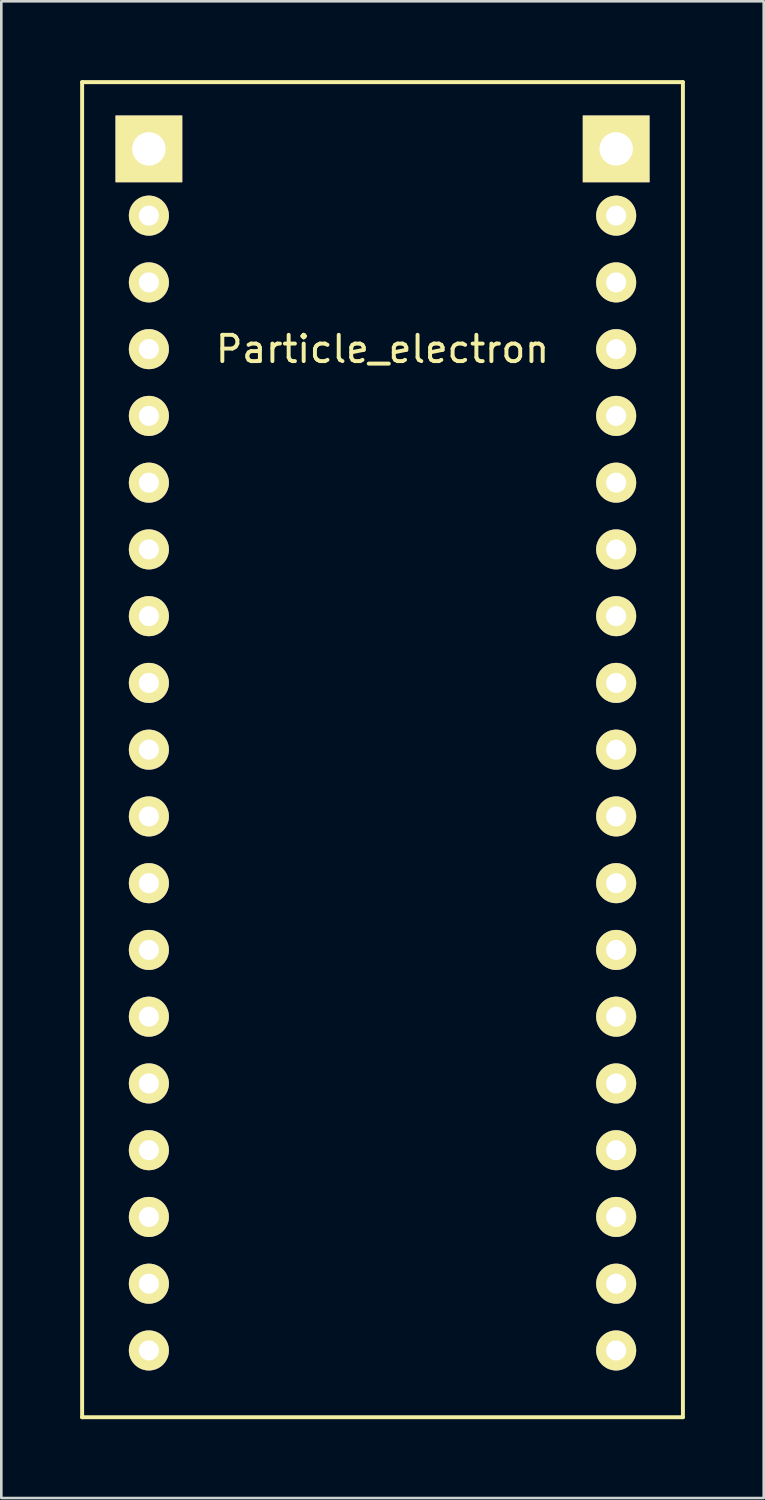
<source format=kicad_pcb>
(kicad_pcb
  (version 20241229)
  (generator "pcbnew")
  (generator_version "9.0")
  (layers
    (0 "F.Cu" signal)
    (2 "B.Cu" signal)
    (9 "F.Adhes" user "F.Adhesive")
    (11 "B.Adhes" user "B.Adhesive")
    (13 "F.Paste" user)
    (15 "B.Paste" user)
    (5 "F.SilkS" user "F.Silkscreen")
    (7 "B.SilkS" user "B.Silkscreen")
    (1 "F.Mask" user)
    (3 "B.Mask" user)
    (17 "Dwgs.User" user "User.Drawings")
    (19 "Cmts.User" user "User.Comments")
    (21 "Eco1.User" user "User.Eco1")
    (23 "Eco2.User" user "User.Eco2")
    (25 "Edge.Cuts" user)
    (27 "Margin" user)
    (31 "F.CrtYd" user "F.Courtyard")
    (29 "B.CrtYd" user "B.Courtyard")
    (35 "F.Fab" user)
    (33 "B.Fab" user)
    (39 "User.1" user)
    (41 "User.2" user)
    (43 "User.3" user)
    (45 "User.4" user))
  (footprint "Particle_electron"
    (layer "F.Cu")
    (at 11.505 25.475)
    (property "Reference" "Particle_electron" (at 0 -15.24 0) (layer "F.SilkS") (effects (font (size 1 1) (thickness 0.15))))
    (attr through_hole)
    (fp_line (start -11.43 -25.4) (end 11.43 -25.4) (stroke (width 0.15) (type solid)) (layer "F.SilkS"))
    (fp_line (start -11.43 25.4) (end -11.43 -25.4) (stroke (width 0.15) (type solid)) (layer "F.SilkS"))
    (fp_line (start 11.43 -25.4) (end 11.43 25.4) (stroke (width 0.15) (type solid)) (layer "F.SilkS"))
    (fp_line (start 11.43 25.4) (end -11.43 25.4) (stroke (width 0.15) (type solid)) (layer "F.SilkS"))
    (pad "1" thru_hole circle (at -8.89 -20.32) (size 1.524 1.524) (drill 0.762) (layers "*.Cu" "*.Mask" "F.SilkS"))
    (pad "2" thru_hole circle (at -8.89 -17.78) (size 1.524 1.524) (drill 0.762) (layers "*.Cu" "*.Mask" "F.SilkS"))
    (pad "3" thru_hole circle (at -8.89 -15.24) (size 1.524 1.524) (drill 0.762) (layers "*.Cu" "*.Mask" "F.SilkS"))
    (pad "4" thru_hole circle (at -8.89 -12.7) (size 1.524 1.524) (drill 0.762) (layers "*.Cu" "*.Mask" "F.SilkS"))
    (pad "5" thru_hole circle (at -8.89 -10.16) (size 1.524 1.524) (drill 0.762) (layers "*.Cu" "*.Mask" "F.SilkS"))
    (pad "6" thru_hole circle (at -8.89 -7.62) (size 1.524 1.524) (drill 0.762) (layers "*.Cu" "*.Mask" "F.SilkS"))
    (pad "7" thru_hole circle (at -8.89 -5.08) (size 1.524 1.524) (drill 0.762) (layers "*.Cu" "*.Mask" "F.SilkS"))
    (pad "8" thru_hole circle (at -8.89 -2.54) (size 1.524 1.524) (drill 0.762) (layers "*.Cu" "*.Mask" "F.SilkS"))
    (pad "9" thru_hole circle (at -8.89 0) (size 1.524 1.524) (drill 0.762) (layers "*.Cu" "*.Mask" "F.SilkS"))
    (pad "10" thru_hole circle (at -8.89 2.54) (size 1.524 1.524) (drill 0.762) (layers "*.Cu" "*.Mask" "F.SilkS"))
    (pad "11" thru_hole circle (at -8.89 5.08) (size 1.524 1.524) (drill 0.762) (layers "*.Cu" "*.Mask" "F.SilkS"))
    (pad "12" thru_hole circle (at -8.89 7.62) (size 1.524 1.524) (drill 0.762) (layers "*.Cu" "*.Mask" "F.SilkS"))
    (pad "13" thru_hole circle (at -8.89 10.16) (size 1.524 1.524) (drill 0.762) (layers "*.Cu" "*.Mask" "F.SilkS"))
    (pad "14" thru_hole circle (at -8.89 12.7) (size 1.524 1.524) (drill 0.762) (layers "*.Cu" "*.Mask" "F.SilkS"))
    (pad "15" thru_hole circle (at -8.89 15.24) (size 1.524 1.524) (drill 0.762) (layers "*.Cu" "*.Mask" "F.SilkS"))
    (pad "16" thru_hole circle (at -8.89 17.78) (size 1.524 1.524) (drill 0.762) (layers "*.Cu" "*.Mask" "F.SilkS"))
    (pad "17" thru_hole circle (at -8.89 20.32) (size 1.524 1.524) (drill 0.762) (layers "*.Cu" "*.Mask" "F.SilkS"))
    (pad "18" thru_hole circle (at -8.89 22.86) (size 1.524 1.524) (drill 0.762) (layers "*.Cu" "*.Mask" "F.SilkS"))
    (pad "19" thru_hole circle (at 8.89 22.86) (size 1.524 1.524) (drill 0.762) (layers "*.Cu" "*.Mask" "F.SilkS"))
    (pad "20" thru_hole circle (at 8.89 20.32) (size 1.524 1.524) (drill 0.762) (layers "*.Cu" "*.Mask" "F.SilkS"))
    (pad "21" thru_hole circle (at 8.89 17.78) (size 1.524 1.524) (drill 0.762) (layers "*.Cu" "*.Mask" "F.SilkS"))
    (pad "22" thru_hole circle (at 8.89 15.24) (size 1.524 1.524) (drill 0.762) (layers "*.Cu" "*.Mask" "F.SilkS"))
    (pad "23" thru_hole circle (at 8.89 12.7) (size 1.524 1.524) (drill 0.762) (layers "*.Cu" "*.Mask" "F.SilkS"))
    (pad "24" thru_hole circle (at 8.89 10.16) (size 1.524 1.524) (drill 0.762) (layers "*.Cu" "*.Mask" "F.SilkS"))
    (pad "25" thru_hole circle (at 8.89 7.62) (size 1.524 1.524) (drill 0.762) (layers "*.Cu" "*.Mask" "F.SilkS"))
    (pad "26" thru_hole circle (at 8.89 5.08) (size 1.524 1.524) (drill 0.762) (layers "*.Cu" "*.Mask" "F.SilkS"))
    (pad "27" thru_hole circle (at 8.89 2.54) (size 1.524 1.524) (drill 0.762) (layers "*.Cu" "*.Mask" "F.SilkS"))
    (pad "28" thru_hole circle (at 8.89 0) (size 1.524 1.524) (drill 0.762) (layers "*.Cu" "*.Mask" "F.SilkS"))
    (pad "29" thru_hole circle (at 8.89 -2.54) (size 1.524 1.524) (drill 0.762) (layers "*.Cu" "*.Mask" "F.SilkS"))
    (pad "30" thru_hole circle (at 8.89 -5.08) (size 1.524 1.524) (drill 0.762) (layers "*.Cu" "*.Mask" "F.SilkS"))
    (pad "31" thru_hole circle (at 8.89 -7.62) (size 1.524 1.524) (drill 0.762) (layers "*.Cu" "*.Mask" "F.SilkS"))
    (pad "32" thru_hole circle (at 8.89 -10.16) (size 1.524 1.524) (drill 0.762) (layers "*.Cu" "*.Mask" "F.SilkS"))
    (pad "33" thru_hole circle (at 8.89 -12.7) (size 1.524 1.524) (drill 0.762) (layers "*.Cu" "*.Mask" "F.SilkS"))
    (pad "34" thru_hole circle (at 8.89 -15.24) (size 1.524 1.524) (drill 0.762) (layers "*.Cu" "*.Mask" "F.SilkS"))
    (pad "35" thru_hole circle (at 8.89 -17.78) (size 1.524 1.524) (drill 0.762) (layers "*.Cu" "*.Mask" "F.SilkS"))
    (pad "36" thru_hole circle (at 8.89 -20.32) (size 1.524 1.524) (drill 0.762) (layers "*.Cu" "*.Mask" "F.SilkS"))
    (pad "37" thru_hole rect (at 8.89 -22.86) (size 2.54 2.54) (drill 1.27) (layers "*.Cu" "*.Mask" "F.SilkS"))
    (pad "38" thru_hole rect (at -8.89 -22.86) (size 2.54 2.54) (drill 1.27) (layers "*.Cu" "*.Mask" "F.SilkS")))
  (gr_rect
    (start -3 -3)
    (end 26.01 53.95)
    (stroke (width 0.1) (type default))
    (fill no)
    (layer "Edge.Cuts")))
</source>
